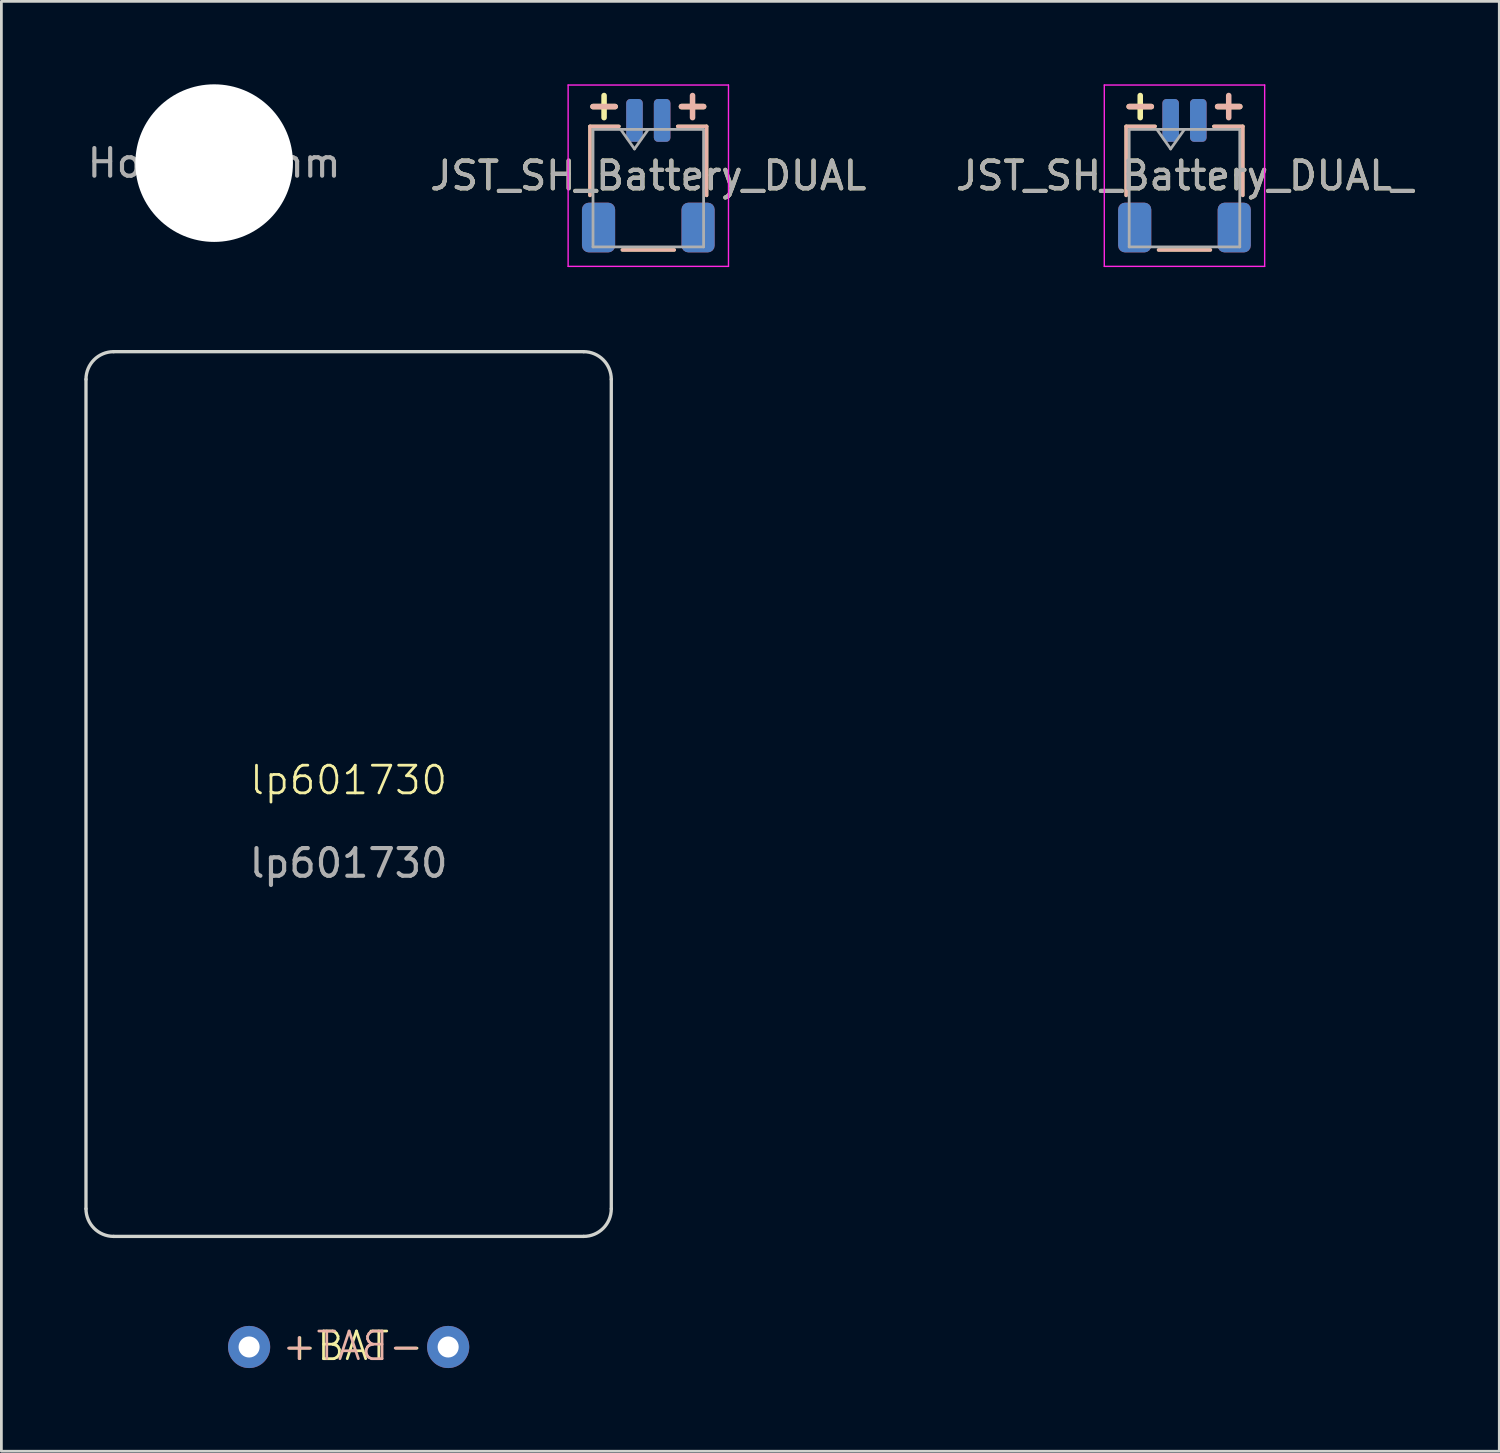
<source format=kicad_pcb>
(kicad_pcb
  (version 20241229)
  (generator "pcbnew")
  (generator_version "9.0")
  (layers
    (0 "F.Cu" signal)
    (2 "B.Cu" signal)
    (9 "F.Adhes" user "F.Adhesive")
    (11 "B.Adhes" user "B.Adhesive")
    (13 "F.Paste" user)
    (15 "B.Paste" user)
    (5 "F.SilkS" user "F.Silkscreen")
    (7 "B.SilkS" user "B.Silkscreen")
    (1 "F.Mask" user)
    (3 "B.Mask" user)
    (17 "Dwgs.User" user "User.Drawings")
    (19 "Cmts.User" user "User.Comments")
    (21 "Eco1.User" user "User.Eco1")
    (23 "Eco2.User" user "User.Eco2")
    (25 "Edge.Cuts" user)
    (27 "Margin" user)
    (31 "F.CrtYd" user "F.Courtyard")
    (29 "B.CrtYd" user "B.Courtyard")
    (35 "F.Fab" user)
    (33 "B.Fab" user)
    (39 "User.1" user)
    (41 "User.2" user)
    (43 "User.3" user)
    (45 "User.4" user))
  (footprint "JST_SH_Battery_DUAL"
    (layer "F.Cu")
    (at 20.399 3.305)
    (property "Reference" "JST_SH_Battery_DUAL" (at 0 0 180) (layer "F.SilkS") (effects (font (size 1 1) (thickness 0.15))))
    (attr smd)
    (fp_line (start -2.11 -1.785) (end -1.06 -1.785) (stroke (width 0.12) (type solid)) (layer "F.SilkS"))
    (fp_line (start -2.11 0.715) (end -2.11 -1.785) (stroke (width 0.12) (type solid)) (layer "F.SilkS"))
    (fp_line (start -2 -2.5) (end -1.2 -2.5) (stroke (width 0.2) (type default)) (layer "F.SilkS"))
    (fp_line (start -1.6 -2.9) (end -1.6 -2.1) (stroke (width 0.2) (type default)) (layer "F.SilkS"))
    (fp_line (start -0.94 2.685) (end 0.94 2.685) (stroke (width 0.12) (type solid)) (layer "F.SilkS"))
    (fp_line (start 1.2 -2.5) (end 2 -2.5) (stroke (width 0.2) (type default)) (layer "F.SilkS"))
    (fp_line (start 2.11 -1.785) (end 1.06 -1.785) (stroke (width 0.12) (type solid)) (layer "F.SilkS"))
    (fp_line (start 2.11 0.715) (end 2.11 -1.785) (stroke (width 0.12) (type solid)) (layer "F.SilkS"))
    (fp_line (start -2.11 -1.785) (end -1.06 -1.785) (stroke (width 0.12) (type solid)) (layer "B.SilkS"))
    (fp_line (start -2.11 0.715) (end -2.11 -1.785) (stroke (width 0.12) (type solid)) (layer "B.SilkS"))
    (fp_line (start -1.2 -2.5) (end -2 -2.5) (stroke (width 0.2) (type default)) (layer "B.SilkS"))
    (fp_line (start 0.94 2.685) (end -0.94 2.685) (stroke (width 0.12) (type solid)) (layer "B.SilkS"))
    (fp_line (start 1.6 -2.9) (end 1.6 -2.1) (stroke (width 0.2) (type default)) (layer "B.SilkS"))
    (fp_line (start 2 -2.5) (end 1.2 -2.5) (stroke (width 0.2) (type default)) (layer "B.SilkS"))
    (fp_line (start 2.11 -1.785) (end 1.06 -1.785) (stroke (width 0.12) (type solid)) (layer "B.SilkS"))
    (fp_line (start 2.11 0.715) (end 2.11 -1.785) (stroke (width 0.12) (type solid)) (layer "B.SilkS"))
    (fp_line (start -2.9 -3.28) (end -2.9 3.28) (stroke (width 0.05) (type solid)) (layer "F.CrtYd"))
    (fp_line (start -2.9 3.28) (end 2.9 3.28) (stroke (width 0.05) (type solid)) (layer "F.CrtYd"))
    (fp_line (start 2.9 -3.28) (end -2.9 -3.28) (stroke (width 0.05) (type solid)) (layer "F.CrtYd"))
    (fp_line (start 2.9 3.28) (end 2.9 -3.28) (stroke (width 0.05) (type solid)) (layer "F.CrtYd"))
    (fp_line (start -2 -1.675) (end -2 2.575) (stroke (width 0.1) (type solid)) (layer "F.Fab"))
    (fp_line (start -2 -1.675) (end 2 -1.675) (stroke (width 0.1) (type solid)) (layer "F.Fab"))
    (fp_line (start -2 2.575) (end 2 2.575) (stroke (width 0.1) (type solid)) (layer "F.Fab"))
    (fp_line (start -1 -1.675) (end -0.5 -0.968) (stroke (width 0.1) (type solid)) (layer "F.Fab"))
    (fp_line (start -0.5 -0.968) (end 0 -1.675) (stroke (width 0.1) (type solid)) (layer "F.Fab"))
    (fp_line (start 2 -1.675) (end 2 2.575) (stroke (width 0.1) (type solid)) (layer "F.Fab"))
    (fp_text user "${REFERENCE}" (at 0 0 180) (layer "F.Fab") (effects (font (size 1 1) (thickness 0.15))))
    (pad "1" smd roundrect (at -0.5 -2) (size 0.6 1.55) (layers "F.Cu" "F.Mask" "F.Paste") (roundrect_rratio 0.25))
    (pad "1" smd roundrect (at 0.5 -2) (size 0.6 1.55) (layers "B.Cu" "B.Mask" "B.Paste") (roundrect_rratio 0.25))
    (pad "2" smd roundrect (at -0.5 -2) (size 0.6 1.55) (layers "B.Cu" "B.Mask" "B.Paste") (roundrect_rratio 0.25))
    (pad "2" smd roundrect (at 0.5 -2) (size 0.6 1.55) (layers "F.Cu" "F.Mask" "F.Paste") (roundrect_rratio 0.25))
    (pad "MP" smd roundrect (at -1.8 1.875) (size 1.2 1.8) (layers "F.Cu" "F.Mask" "F.Paste") (roundrect_rratio 0.208))
    (pad "MP" smd roundrect (at -1.8 1.875) (size 1.2 1.8) (layers "B.Cu" "B.Mask" "B.Paste") (roundrect_rratio 0.208))
    (pad "MP" smd roundrect (at 1.8 1.875) (size 1.2 1.8) (layers "F.Cu" "F.Mask" "F.Paste") (roundrect_rratio 0.208))
    (pad "MP" smd roundrect (at 1.8 1.875) (size 1.2 1.8) (layers "B.Cu" "B.Mask" "B.Paste") (roundrect_rratio 0.208)))
  (footprint "JST_SH_Battery_DUAL_"
    (layer "F.Cu")
    (at 39.792 3.305)
    (property "Reference" "JST_SH_Battery_DUAL_" (at 0 0 180) (layer "F.SilkS") (effects (font (size 1 1) (thickness 0.15))))
    (attr smd)
    (fp_line (start -2.11 -1.785) (end -1.06 -1.785) (stroke (width 0.12) (type solid)) (layer "F.SilkS"))
    (fp_line (start -2.11 0.715) (end -2.11 -1.785) (stroke (width 0.12) (type solid)) (layer "F.SilkS"))
    (fp_line (start -2 -2.5) (end -1.2 -2.5) (stroke (width 0.2) (type default)) (layer "F.SilkS"))
    (fp_line (start -1.6 -2.9) (end -1.6 -2.1) (stroke (width 0.2) (type default)) (layer "F.SilkS"))
    (fp_line (start -0.94 2.685) (end 0.94 2.685) (stroke (width 0.12) (type solid)) (layer "F.SilkS"))
    (fp_line (start 1.2 -2.5) (end 2 -2.5) (stroke (width 0.2) (type default)) (layer "F.SilkS"))
    (fp_line (start 2.11 -1.785) (end 1.06 -1.785) (stroke (width 0.12) (type solid)) (layer "F.SilkS"))
    (fp_line (start 2.11 0.715) (end 2.11 -1.785) (stroke (width 0.12) (type solid)) (layer "F.SilkS"))
    (fp_line (start -2.11 -1.785) (end -1.06 -1.785) (stroke (width 0.12) (type solid)) (layer "B.SilkS"))
    (fp_line (start -2.11 0.715) (end -2.11 -1.785) (stroke (width 0.12) (type solid)) (layer "B.SilkS"))
    (fp_line (start -1.2 -2.5) (end -2 -2.5) (stroke (width 0.2) (type default)) (layer "B.SilkS"))
    (fp_line (start 0.94 2.685) (end -0.94 2.685) (stroke (width 0.12) (type solid)) (layer "B.SilkS"))
    (fp_line (start 1.6 -2.9) (end 1.6 -2.1) (stroke (width 0.2) (type default)) (layer "B.SilkS"))
    (fp_line (start 2 -2.5) (end 1.2 -2.5) (stroke (width 0.2) (type default)) (layer "B.SilkS"))
    (fp_line (start 2.11 -1.785) (end 1.06 -1.785) (stroke (width 0.12) (type solid)) (layer "B.SilkS"))
    (fp_line (start 2.11 0.715) (end 2.11 -1.785) (stroke (width 0.12) (type solid)) (layer "B.SilkS"))
    (fp_line (start -2.9 -3.28) (end -2.9 3.28) (stroke (width 0.05) (type solid)) (layer "F.CrtYd"))
    (fp_line (start -2.9 3.28) (end 2.9 3.28) (stroke (width 0.05) (type solid)) (layer "F.CrtYd"))
    (fp_line (start 2.9 -3.28) (end -2.9 -3.28) (stroke (width 0.05) (type solid)) (layer "F.CrtYd"))
    (fp_line (start 2.9 3.28) (end 2.9 -3.28) (stroke (width 0.05) (type solid)) (layer "F.CrtYd"))
    (fp_line (start -2 -1.675) (end -2 2.575) (stroke (width 0.1) (type solid)) (layer "F.Fab"))
    (fp_line (start -2 -1.675) (end 2 -1.675) (stroke (width 0.1) (type solid)) (layer "F.Fab"))
    (fp_line (start -2 2.575) (end 2 2.575) (stroke (width 0.1) (type solid)) (layer "F.Fab"))
    (fp_line (start -1 -1.675) (end -0.5 -0.968) (stroke (width 0.1) (type solid)) (layer "F.Fab"))
    (fp_line (start -0.5 -0.968) (end 0 -1.675) (stroke (width 0.1) (type solid)) (layer "F.Fab"))
    (fp_line (start 2 -1.675) (end 2 2.575) (stroke (width 0.1) (type solid)) (layer "F.Fab"))
    (fp_text user "${REFERENCE}" (at 0 0 180) (layer "F.Fab") (effects (font (size 1 1) (thickness 0.15))))
    (pad "1" smd roundrect (at -0.5 -2) (size 0.6 1.55) (layers "F.Cu" "F.Mask" "F.Paste") (roundrect_rratio 0.25))
    (pad "1" smd roundrect (at 0.5 -2) (size 0.6 1.55) (layers "B.Cu" "B.Mask" "B.Paste") (roundrect_rratio 0.25))
    (pad "2" smd roundrect (at -0.5 -2) (size 0.6 1.55) (layers "B.Cu" "B.Mask" "B.Paste") (roundrect_rratio 0.25))
    (pad "2" smd roundrect (at 0.5 -2) (size 0.6 1.55) (layers "F.Cu" "F.Mask" "F.Paste") (roundrect_rratio 0.25))
    (pad "MP" smd roundrect (at -1.8 1.875) (size 1.2 1.8) (layers "F.Cu" "F.Mask" "F.Paste") (roundrect_rratio 0.208))
    (pad "MP" smd roundrect (at -1.8 1.875) (size 1.2 1.8) (layers "B.Cu" "B.Mask" "B.Paste") (roundrect_rratio 0.208))
    (pad "MP" smd roundrect (at 1.8 1.875) (size 1.2 1.8) (layers "F.Cu" "F.Mask" "F.Paste") (roundrect_rratio 0.208))
    (pad "MP" smd roundrect (at 1.8 1.875) (size 1.2 1.8) (layers "B.Cu" "B.Mask" "B.Paste") (roundrect_rratio 0.208)))
  (footprint "Hole_5.7mm"
    (layer "F.Cu")
    (at 4.696 2.85)
    (property "Reference" "Hole_5.7mm" (at 0 0 0) (layer "F.Fab") (effects (font (size 1 1) (thickness 0.15))))
    (attr through_hole)
    (pad "" np_thru_hole circle (at 0 0 270) (size 5.7 5.7) (drill 5.7) (layers "*.Cu" "*.Mask")))
  (footprint "lp601730"
    (layer "F.Cu")
    (at 9.56 25.67)
    (property "Reference" "lp601730" (at 0 -0.5 0) (unlocked yes) (layer "F.SilkS") (effects (font (size 1 1) (thickness 0.1))))
    (fp_line (start -9.5 15) (end -9.5 -15) (stroke (width 0.12) (type solid)) (layer "Edge.Cuts"))
    (fp_line (start -8.5 -16) (end 8.5 -16) (stroke (width 0.12) (type solid)) (layer "Edge.Cuts"))
    (fp_line (start 8.5 16) (end -8.5 16) (stroke (width 0.12) (type solid)) (layer "Edge.Cuts"))
    (fp_line (start 9.5 -15) (end 9.5 15) (stroke (width 0.12) (type solid)) (layer "Edge.Cuts"))
    (fp_arc (start -9.5 -15) (mid -9.207092 -15.707092) (end -8.5 -16) (stroke (width 0.12) (type default)) (layer "Edge.Cuts"))
    (fp_arc (start -8.5 16) (mid -9.2071 15.7071) (end -9.5 15) (stroke (width 0.12) (type default)) (layer "Edge.Cuts"))
    (fp_arc (start 8.5 -16) (mid 9.207107 -15.707107) (end 9.5 -15) (stroke (width 0.12) (type default)) (layer "Edge.Cuts"))
    (fp_arc (start 9.5 15) (mid 9.207121 15.707121) (end 8.5 16) (stroke (width 0.12) (type default)) (layer "Edge.Cuts"))
    (fp_text user "+BAT-" (at -2.45 20.55 0) (unlocked yes) (layer "F.SilkS") (effects (font (size 1 1) (thickness 0.1)) (justify left bottom)))
    (fp_text user "-BAT+" (at 2.75 20.55 0) (unlocked yes) (layer "B.SilkS") (effects (font (size 1 1) (thickness 0.1)) (justify left bottom mirror)))
    (fp_text user "${REFERENCE}" (at 0 2.5 0) (unlocked yes) (layer "F.Fab") (effects (font (size 1 1) (thickness 0.15))))
    (pad "1" thru_hole circle (at -3.6 20) (size 1.524 1.524) (drill 0.762) (layers "*.Cu" "*.Mask"))
    (pad "2" thru_hole circle (at 3.6 20) (size 1.524 1.524) (drill 0.762) (layers "*.Cu" "*.Mask")))
  (gr_rect
    (start -3 -3)
    (end 51.179 49.441)
    (stroke (width 0.1) (type default))
    (fill no)
    (layer "Edge.Cuts")))
</source>
